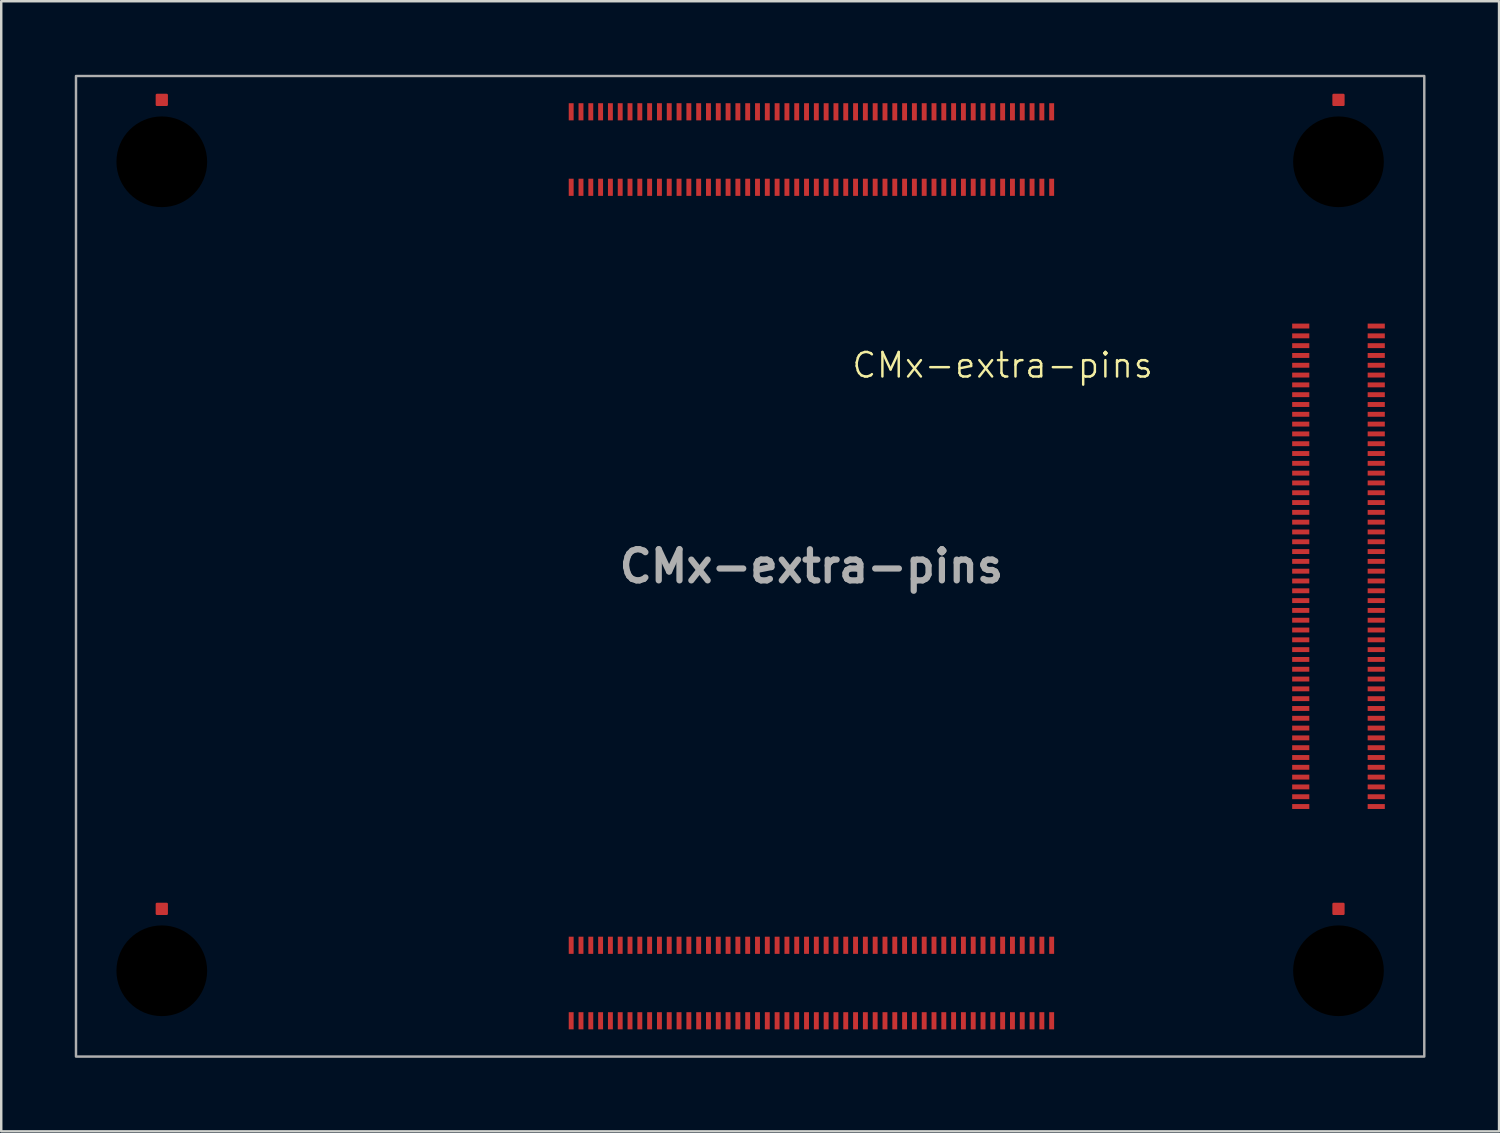
<source format=kicad_pcb>
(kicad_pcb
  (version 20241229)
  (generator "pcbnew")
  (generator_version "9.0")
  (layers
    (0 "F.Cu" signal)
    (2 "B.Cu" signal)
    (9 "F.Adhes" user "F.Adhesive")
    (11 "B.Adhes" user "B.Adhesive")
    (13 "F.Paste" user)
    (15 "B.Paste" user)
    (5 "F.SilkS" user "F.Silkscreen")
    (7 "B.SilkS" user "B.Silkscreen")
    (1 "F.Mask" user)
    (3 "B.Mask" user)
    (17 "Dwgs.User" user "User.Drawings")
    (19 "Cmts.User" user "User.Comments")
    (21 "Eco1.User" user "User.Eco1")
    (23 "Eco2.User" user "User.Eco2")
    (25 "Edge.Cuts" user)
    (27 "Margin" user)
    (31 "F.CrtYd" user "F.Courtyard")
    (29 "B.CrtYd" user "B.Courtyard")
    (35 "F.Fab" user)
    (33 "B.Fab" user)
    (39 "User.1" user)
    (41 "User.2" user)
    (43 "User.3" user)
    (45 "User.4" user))
  (footprint "CMx-extra-pins"
    (layer "F.Cu")
    (at 30.05 20.05)
    (property "Reference" "CMx-extra-pins" (at 7.8 -8.2 0) (unlocked yes) (layer "F.SilkS") (effects (font (size 1 1) (thickness 0.1))))
    (attr smd)
    (fp_rect (start -30 -20) (end 25 20) (stroke (width 0.1) (type solid)) (fill no) (layer "F.Fab"))
    (fp_text user "${REFERENCE}" (at 0 0 0) (layer "F.Fab") (effects (font (size 1.27 1.27) (thickness 0.254))))
    (pad "" np_thru_hole circle (at -26.5 -16.5) (size 3.7 3.7) (drill 3.7) (layers "*.Mask"))
    (pad "" np_thru_hole circle (at -26.5 16.5) (size 3.7 3.7) (drill 3.7) (layers "*.Mask"))
    (pad "" np_thru_hole circle (at 21.5 -16.5) (size 3.7 3.7) (drill 3.7) (layers "*.Mask"))
    (pad "" np_thru_hole circle (at 21.5 16.5) (size 3.7 3.7) (drill 3.7) (layers "*.Mask"))
    (pad "1" smd roundrect (at -26.5 -19.025) (size 0.5 0.5) (layers "F.Cu") (roundrect_rratio 0.1))
    (pad "1" smd roundrect (at -26.5 13.975) (size 0.5 0.5) (layers "F.Cu") (roundrect_rratio 0.1))
    (pad "1" smd rect (at -9.8 -15.46) (size 0.2 0.7) (layers "F.Cu" "F.Mask" "F.Paste"))
    (pad "1" smd rect (at -9.8 18.54) (size 0.2 0.7) (layers "F.Cu" "F.Mask" "F.Paste"))
    (pad "1" smd roundrect (at 21.5 -19.025) (size 0.5 0.5) (layers "F.Cu") (roundrect_rratio 0.1))
    (pad "1" smd roundrect (at 21.5 13.975) (size 0.5 0.5) (layers "F.Cu") (roundrect_rratio 0.1))
    (pad "1" smd rect (at 23.04 9.8 90) (size 0.2 0.7) (layers "F.Cu" "F.Mask" "F.Paste"))
    (pad "2" smd rect (at -9.8 -18.54) (size 0.2 0.7) (layers "F.Cu" "F.Mask" "F.Paste"))
    (pad "2" smd rect (at -9.8 15.46) (size 0.2 0.7) (layers "F.Cu" "F.Mask" "F.Paste"))
    (pad "2" smd rect (at 19.96 9.8 90) (size 0.2 0.7) (layers "F.Cu" "F.Mask" "F.Paste"))
    (pad "3" smd rect (at -9.4 -15.46) (size 0.2 0.7) (layers "F.Cu" "F.Mask" "F.Paste"))
    (pad "3" smd rect (at -9.4 18.54) (size 0.2 0.7) (layers "F.Cu" "F.Mask" "F.Paste"))
    (pad "3" smd rect (at 23.04 9.4 90) (size 0.2 0.7) (layers "F.Cu" "F.Mask" "F.Paste"))
    (pad "4" smd rect (at -9.4 -18.54) (size 0.2 0.7) (layers "F.Cu" "F.Mask" "F.Paste"))
    (pad "4" smd rect (at -9.4 15.46) (size 0.2 0.7) (layers "F.Cu" "F.Mask" "F.Paste"))
    (pad "4" smd rect (at 19.96 9.4 90) (size 0.2 0.7) (layers "F.Cu" "F.Mask" "F.Paste"))
    (pad "5" smd rect (at -9 -15.46) (size 0.2 0.7) (layers "F.Cu" "F.Mask" "F.Paste"))
    (pad "5" smd rect (at -9 18.54) (size 0.2 0.7) (layers "F.Cu" "F.Mask" "F.Paste"))
    (pad "5" smd rect (at 23.04 9 90) (size 0.2 0.7) (layers "F.Cu" "F.Mask" "F.Paste"))
    (pad "6" smd rect (at -9 -18.54) (size 0.2 0.7) (layers "F.Cu" "F.Mask" "F.Paste"))
    (pad "6" smd rect (at -9 15.46) (size 0.2 0.7) (layers "F.Cu" "F.Mask" "F.Paste"))
    (pad "6" smd rect (at 19.96 9 90) (size 0.2 0.7) (layers "F.Cu" "F.Mask" "F.Paste"))
    (pad "7" smd rect (at -8.6 -15.46) (size 0.2 0.7) (layers "F.Cu" "F.Mask" "F.Paste"))
    (pad "7" smd rect (at -8.6 18.54) (size 0.2 0.7) (layers "F.Cu" "F.Mask" "F.Paste"))
    (pad "7" smd rect (at 23.04 8.6 90) (size 0.2 0.7) (layers "F.Cu" "F.Mask" "F.Paste"))
    (pad "8" smd rect (at -8.6 -18.54) (size 0.2 0.7) (layers "F.Cu" "F.Mask" "F.Paste"))
    (pad "8" smd rect (at -8.6 15.46) (size 0.2 0.7) (layers "F.Cu" "F.Mask" "F.Paste"))
    (pad "8" smd rect (at 19.96 8.6 90) (size 0.2 0.7) (layers "F.Cu" "F.Mask" "F.Paste"))
    (pad "9" smd rect (at -8.2 -15.46) (size 0.2 0.7) (layers "F.Cu" "F.Mask" "F.Paste"))
    (pad "9" smd rect (at -8.2 18.54) (size 0.2 0.7) (layers "F.Cu" "F.Mask" "F.Paste"))
    (pad "9" smd rect (at 23.04 8.2 90) (size 0.2 0.7) (layers "F.Cu" "F.Mask" "F.Paste"))
    (pad "10" smd rect (at -8.2 -18.54) (size 0.2 0.7) (layers "F.Cu" "F.Mask" "F.Paste"))
    (pad "10" smd rect (at -8.2 15.46) (size 0.2 0.7) (layers "F.Cu" "F.Mask" "F.Paste"))
    (pad "10" smd rect (at 19.96 8.2 90) (size 0.2 0.7) (layers "F.Cu" "F.Mask" "F.Paste"))
    (pad "11" smd rect (at -7.8 -15.46) (size 0.2 0.7) (layers "F.Cu" "F.Mask" "F.Paste"))
    (pad "11" smd rect (at -7.8 18.54) (size 0.2 0.7) (layers "F.Cu" "F.Mask" "F.Paste"))
    (pad "11" smd rect (at 23.04 7.8 90) (size 0.2 0.7) (layers "F.Cu" "F.Mask" "F.Paste"))
    (pad "12" smd rect (at -7.8 -18.54) (size 0.2 0.7) (layers "F.Cu" "F.Mask" "F.Paste"))
    (pad "12" smd rect (at -7.8 15.46) (size 0.2 0.7) (layers "F.Cu" "F.Mask" "F.Paste"))
    (pad "12" smd rect (at 19.96 7.8 90) (size 0.2 0.7) (layers "F.Cu" "F.Mask" "F.Paste"))
    (pad "13" smd rect (at -7.4 -15.46) (size 0.2 0.7) (layers "F.Cu" "F.Mask" "F.Paste"))
    (pad "13" smd rect (at -7.4 18.54) (size 0.2 0.7) (layers "F.Cu" "F.Mask" "F.Paste"))
    (pad "13" smd rect (at 23.04 7.4 90) (size 0.2 0.7) (layers "F.Cu" "F.Mask" "F.Paste"))
    (pad "14" smd rect (at -7.4 -18.54) (size 0.2 0.7) (layers "F.Cu" "F.Mask" "F.Paste"))
    (pad "14" smd rect (at -7.4 15.46) (size 0.2 0.7) (layers "F.Cu" "F.Mask" "F.Paste"))
    (pad "14" smd rect (at 19.96 7.4 90) (size 0.2 0.7) (layers "F.Cu" "F.Mask" "F.Paste"))
    (pad "15" smd rect (at -7 -15.46) (size 0.2 0.7) (layers "F.Cu" "F.Mask" "F.Paste"))
    (pad "15" smd rect (at -7 18.54) (size 0.2 0.7) (layers "F.Cu" "F.Mask" "F.Paste"))
    (pad "15" smd rect (at 23.04 7 90) (size 0.2 0.7) (layers "F.Cu" "F.Mask" "F.Paste"))
    (pad "16" smd rect (at -7 -18.54) (size 0.2 0.7) (layers "F.Cu" "F.Mask" "F.Paste"))
    (pad "16" smd rect (at -7 15.46) (size 0.2 0.7) (layers "F.Cu" "F.Mask" "F.Paste"))
    (pad "16" smd rect (at 19.96 7 90) (size 0.2 0.7) (layers "F.Cu" "F.Mask" "F.Paste"))
    (pad "17" smd rect (at -6.6 -15.46) (size 0.2 0.7) (layers "F.Cu" "F.Mask" "F.Paste"))
    (pad "17" smd rect (at -6.6 18.54) (size 0.2 0.7) (layers "F.Cu" "F.Mask" "F.Paste"))
    (pad "17" smd rect (at 23.04 6.6 90) (size 0.2 0.7) (layers "F.Cu" "F.Mask" "F.Paste"))
    (pad "18" smd rect (at -6.6 -18.54) (size 0.2 0.7) (layers "F.Cu" "F.Mask" "F.Paste"))
    (pad "18" smd rect (at -6.6 15.46) (size 0.2 0.7) (layers "F.Cu" "F.Mask" "F.Paste"))
    (pad "18" smd rect (at 19.96 6.6 90) (size 0.2 0.7) (layers "F.Cu" "F.Mask" "F.Paste"))
    (pad "19" smd rect (at -6.2 -15.46) (size 0.2 0.7) (layers "F.Cu" "F.Mask" "F.Paste"))
    (pad "19" smd rect (at -6.2 18.54) (size 0.2 0.7) (layers "F.Cu" "F.Mask" "F.Paste"))
    (pad "19" smd rect (at 23.04 6.2 90) (size 0.2 0.7) (layers "F.Cu" "F.Mask" "F.Paste"))
    (pad "20" smd rect (at -6.2 -18.54) (size 0.2 0.7) (layers "F.Cu" "F.Mask" "F.Paste"))
    (pad "20" smd rect (at -6.2 15.46) (size 0.2 0.7) (layers "F.Cu" "F.Mask" "F.Paste"))
    (pad "20" smd rect (at 19.96 6.2 90) (size 0.2 0.7) (layers "F.Cu" "F.Mask" "F.Paste"))
    (pad "21" smd rect (at -5.8 -15.46) (size 0.2 0.7) (layers "F.Cu" "F.Mask" "F.Paste"))
    (pad "21" smd rect (at -5.8 18.54) (size 0.2 0.7) (layers "F.Cu" "F.Mask" "F.Paste"))
    (pad "21" smd rect (at 23.04 5.8 90) (size 0.2 0.7) (layers "F.Cu" "F.Mask" "F.Paste"))
    (pad "22" smd rect (at -5.8 -18.54) (size 0.2 0.7) (layers "F.Cu" "F.Mask" "F.Paste"))
    (pad "22" smd rect (at -5.8 15.46) (size 0.2 0.7) (layers "F.Cu" "F.Mask" "F.Paste"))
    (pad "22" smd rect (at 19.96 5.8 90) (size 0.2 0.7) (layers "F.Cu" "F.Mask" "F.Paste"))
    (pad "23" smd rect (at -5.4 -15.46) (size 0.2 0.7) (layers "F.Cu" "F.Mask" "F.Paste"))
    (pad "23" smd rect (at -5.4 18.54) (size 0.2 0.7) (layers "F.Cu" "F.Mask" "F.Paste"))
    (pad "23" smd rect (at 23.04 5.4 90) (size 0.2 0.7) (layers "F.Cu" "F.Mask" "F.Paste"))
    (pad "24" smd rect (at -5.4 -18.54) (size 0.2 0.7) (layers "F.Cu" "F.Mask" "F.Paste"))
    (pad "24" smd rect (at -5.4 15.46) (size 0.2 0.7) (layers "F.Cu" "F.Mask" "F.Paste"))
    (pad "24" smd rect (at 19.96 5.4 90) (size 0.2 0.7) (layers "F.Cu" "F.Mask" "F.Paste"))
    (pad "25" smd rect (at -5 -15.46) (size 0.2 0.7) (layers "F.Cu" "F.Mask" "F.Paste"))
    (pad "25" smd rect (at -5 18.54) (size 0.2 0.7) (layers "F.Cu" "F.Mask" "F.Paste"))
    (pad "25" smd rect (at 23.04 5 90) (size 0.2 0.7) (layers "F.Cu" "F.Mask" "F.Paste"))
    (pad "26" smd rect (at -5 -18.54) (size 0.2 0.7) (layers "F.Cu" "F.Mask" "F.Paste"))
    (pad "26" smd rect (at -5 15.46) (size 0.2 0.7) (layers "F.Cu" "F.Mask" "F.Paste"))
    (pad "26" smd rect (at 19.96 5 90) (size 0.2 0.7) (layers "F.Cu" "F.Mask" "F.Paste"))
    (pad "27" smd rect (at -4.6 -15.46) (size 0.2 0.7) (layers "F.Cu" "F.Mask" "F.Paste"))
    (pad "27" smd rect (at -4.6 18.54) (size 0.2 0.7) (layers "F.Cu" "F.Mask" "F.Paste"))
    (pad "27" smd rect (at 23.04 4.6 90) (size 0.2 0.7) (layers "F.Cu" "F.Mask" "F.Paste"))
    (pad "28" smd rect (at -4.6 -18.54) (size 0.2 0.7) (layers "F.Cu" "F.Mask" "F.Paste"))
    (pad "28" smd rect (at -4.6 15.46) (size 0.2 0.7) (layers "F.Cu" "F.Mask" "F.Paste"))
    (pad "28" smd rect (at 19.96 4.6 90) (size 0.2 0.7) (layers "F.Cu" "F.Mask" "F.Paste"))
    (pad "29" smd rect (at -4.2 -15.46) (size 0.2 0.7) (layers "F.Cu" "F.Mask" "F.Paste"))
    (pad "29" smd rect (at -4.2 18.54) (size 0.2 0.7) (layers "F.Cu" "F.Mask" "F.Paste"))
    (pad "29" smd rect (at 23.04 4.2 90) (size 0.2 0.7) (layers "F.Cu" "F.Mask" "F.Paste"))
    (pad "30" smd rect (at -4.2 -18.54) (size 0.2 0.7) (layers "F.Cu" "F.Mask" "F.Paste"))
    (pad "30" smd rect (at -4.2 15.46) (size 0.2 0.7) (layers "F.Cu" "F.Mask" "F.Paste"))
    (pad "30" smd rect (at 19.96 4.2 90) (size 0.2 0.7) (layers "F.Cu" "F.Mask" "F.Paste"))
    (pad "31" smd rect (at -3.8 -15.46) (size 0.2 0.7) (layers "F.Cu" "F.Mask" "F.Paste"))
    (pad "31" smd rect (at -3.8 18.54) (size 0.2 0.7) (layers "F.Cu" "F.Mask" "F.Paste"))
    (pad "31" smd rect (at 23.04 3.8 90) (size 0.2 0.7) (layers "F.Cu" "F.Mask" "F.Paste"))
    (pad "32" smd rect (at -3.8 -18.54) (size 0.2 0.7) (layers "F.Cu" "F.Mask" "F.Paste"))
    (pad "32" smd rect (at -3.8 15.46) (size 0.2 0.7) (layers "F.Cu" "F.Mask" "F.Paste"))
    (pad "32" smd rect (at 19.96 3.8 90) (size 0.2 0.7) (layers "F.Cu" "F.Mask" "F.Paste"))
    (pad "33" smd rect (at -3.4 -15.46) (size 0.2 0.7) (layers "F.Cu" "F.Mask" "F.Paste"))
    (pad "33" smd rect (at -3.4 18.54) (size 0.2 0.7) (layers "F.Cu" "F.Mask" "F.Paste"))
    (pad "33" smd rect (at 23.04 3.4 90) (size 0.2 0.7) (layers "F.Cu" "F.Mask" "F.Paste"))
    (pad "34" smd rect (at -3.4 -18.54) (size 0.2 0.7) (layers "F.Cu" "F.Mask" "F.Paste"))
    (pad "34" smd rect (at -3.4 15.46) (size 0.2 0.7) (layers "F.Cu" "F.Mask" "F.Paste"))
    (pad "34" smd rect (at 19.96 3.4 90) (size 0.2 0.7) (layers "F.Cu" "F.Mask" "F.Paste"))
    (pad "35" smd rect (at -3 -15.46) (size 0.2 0.7) (layers "F.Cu" "F.Mask" "F.Paste"))
    (pad "35" smd rect (at -3 18.54) (size 0.2 0.7) (layers "F.Cu" "F.Mask" "F.Paste"))
    (pad "35" smd rect (at 23.04 3 90) (size 0.2 0.7) (layers "F.Cu" "F.Mask" "F.Paste"))
    (pad "36" smd rect (at -3 -18.54) (size 0.2 0.7) (layers "F.Cu" "F.Mask" "F.Paste"))
    (pad "36" smd rect (at -3 15.46) (size 0.2 0.7) (layers "F.Cu" "F.Mask" "F.Paste"))
    (pad "36" smd rect (at 19.96 3 90) (size 0.2 0.7) (layers "F.Cu" "F.Mask" "F.Paste"))
    (pad "37" smd rect (at -2.6 -15.46) (size 0.2 0.7) (layers "F.Cu" "F.Mask" "F.Paste"))
    (pad "37" smd rect (at -2.6 18.54) (size 0.2 0.7) (layers "F.Cu" "F.Mask" "F.Paste"))
    (pad "37" smd rect (at 23.04 2.6 90) (size 0.2 0.7) (layers "F.Cu" "F.Mask" "F.Paste"))
    (pad "38" smd rect (at -2.6 -18.54) (size 0.2 0.7) (layers "F.Cu" "F.Mask" "F.Paste"))
    (pad "38" smd rect (at -2.6 15.46) (size 0.2 0.7) (layers "F.Cu" "F.Mask" "F.Paste"))
    (pad "38" smd rect (at 19.96 2.6 90) (size 0.2 0.7) (layers "F.Cu" "F.Mask" "F.Paste"))
    (pad "39" smd rect (at -2.2 -15.46) (size 0.2 0.7) (layers "F.Cu" "F.Mask" "F.Paste"))
    (pad "39" smd rect (at -2.2 18.54) (size 0.2 0.7) (layers "F.Cu" "F.Mask" "F.Paste"))
    (pad "39" smd rect (at 23.04 2.2 90) (size 0.2 0.7) (layers "F.Cu" "F.Mask" "F.Paste"))
    (pad "40" smd rect (at -2.2 -18.54) (size 0.2 0.7) (layers "F.Cu" "F.Mask" "F.Paste"))
    (pad "40" smd rect (at -2.2 15.46) (size 0.2 0.7) (layers "F.Cu" "F.Mask" "F.Paste"))
    (pad "40" smd rect (at 19.96 2.2 90) (size 0.2 0.7) (layers "F.Cu" "F.Mask" "F.Paste"))
    (pad "41" smd rect (at -1.8 -15.46) (size 0.2 0.7) (layers "F.Cu" "F.Mask" "F.Paste"))
    (pad "41" smd rect (at -1.8 18.54) (size 0.2 0.7) (layers "F.Cu" "F.Mask" "F.Paste"))
    (pad "41" smd rect (at 23.04 1.8 90) (size 0.2 0.7) (layers "F.Cu" "F.Mask" "F.Paste"))
    (pad "42" smd rect (at -1.8 -18.54) (size 0.2 0.7) (layers "F.Cu" "F.Mask" "F.Paste"))
    (pad "42" smd rect (at -1.8 15.46) (size 0.2 0.7) (layers "F.Cu" "F.Mask" "F.Paste"))
    (pad "42" smd rect (at 19.96 1.8 90) (size 0.2 0.7) (layers "F.Cu" "F.Mask" "F.Paste"))
    (pad "43" smd rect (at -1.4 -15.46) (size 0.2 0.7) (layers "F.Cu" "F.Mask" "F.Paste"))
    (pad "43" smd rect (at -1.4 18.54) (size 0.2 0.7) (layers "F.Cu" "F.Mask" "F.Paste"))
    (pad "43" smd rect (at 23.04 1.4 90) (size 0.2 0.7) (layers "F.Cu" "F.Mask" "F.Paste"))
    (pad "44" smd rect (at -1.4 -18.54) (size 0.2 0.7) (layers "F.Cu" "F.Mask" "F.Paste"))
    (pad "44" smd rect (at -1.4 15.46) (size 0.2 0.7) (layers "F.Cu" "F.Mask" "F.Paste"))
    (pad "44" smd rect (at 19.96 1.4 90) (size 0.2 0.7) (layers "F.Cu" "F.Mask" "F.Paste"))
    (pad "45" smd rect (at -1 -15.46) (size 0.2 0.7) (layers "F.Cu" "F.Mask" "F.Paste"))
    (pad "45" smd rect (at -1 18.54) (size 0.2 0.7) (layers "F.Cu" "F.Mask" "F.Paste"))
    (pad "45" smd rect (at 23.04 1 90) (size 0.2 0.7) (layers "F.Cu" "F.Mask" "F.Paste"))
    (pad "46" smd rect (at -1 -18.54) (size 0.2 0.7) (layers "F.Cu" "F.Mask" "F.Paste"))
    (pad "46" smd rect (at -1 15.46) (size 0.2 0.7) (layers "F.Cu" "F.Mask" "F.Paste"))
    (pad "46" smd rect (at 19.96 1 90) (size 0.2 0.7) (layers "F.Cu" "F.Mask" "F.Paste"))
    (pad "47" smd rect (at -0.6 -15.46) (size 0.2 0.7) (layers "F.Cu" "F.Mask" "F.Paste"))
    (pad "47" smd rect (at -0.6 18.54) (size 0.2 0.7) (layers "F.Cu" "F.Mask" "F.Paste"))
    (pad "47" smd rect (at 23.04 0.6 90) (size 0.2 0.7) (layers "F.Cu" "F.Mask" "F.Paste"))
    (pad "48" smd rect (at -0.6 -18.54) (size 0.2 0.7) (layers "F.Cu" "F.Mask" "F.Paste"))
    (pad "48" smd rect (at -0.6 15.46) (size 0.2 0.7) (layers "F.Cu" "F.Mask" "F.Paste"))
    (pad "48" smd rect (at 19.96 0.6 90) (size 0.2 0.7) (layers "F.Cu" "F.Mask" "F.Paste"))
    (pad "49" smd rect (at -0.2 -15.46) (size 0.2 0.7) (layers "F.Cu" "F.Mask" "F.Paste"))
    (pad "49" smd rect (at -0.2 18.54) (size 0.2 0.7) (layers "F.Cu" "F.Mask" "F.Paste"))
    (pad "49" smd rect (at 23.04 0.2 90) (size 0.2 0.7) (layers "F.Cu" "F.Mask" "F.Paste"))
    (pad "50" smd rect (at -0.2 -18.54) (size 0.2 0.7) (layers "F.Cu" "F.Mask" "F.Paste"))
    (pad "50" smd rect (at -0.2 15.46) (size 0.2 0.7) (layers "F.Cu" "F.Mask" "F.Paste"))
    (pad "50" smd rect (at 19.96 0.2 90) (size 0.2 0.7) (layers "F.Cu" "F.Mask" "F.Paste"))
    (pad "51" smd rect (at 0.2 -15.46) (size 0.2 0.7) (layers "F.Cu" "F.Mask" "F.Paste"))
    (pad "51" smd rect (at 0.2 18.54) (size 0.2 0.7) (layers "F.Cu" "F.Mask" "F.Paste"))
    (pad "51" smd rect (at 23.04 -0.2 90) (size 0.2 0.7) (layers "F.Cu" "F.Mask" "F.Paste"))
    (pad "52" smd rect (at 0.2 -18.54) (size 0.2 0.7) (layers "F.Cu" "F.Mask" "F.Paste"))
    (pad "52" smd rect (at 0.2 15.46) (size 0.2 0.7) (layers "F.Cu" "F.Mask" "F.Paste"))
    (pad "52" smd rect (at 19.96 -0.2 90) (size 0.2 0.7) (layers "F.Cu" "F.Mask" "F.Paste"))
    (pad "53" smd rect (at 0.6 -15.46) (size 0.2 0.7) (layers "F.Cu" "F.Mask" "F.Paste"))
    (pad "53" smd rect (at 0.6 18.54) (size 0.2 0.7) (layers "F.Cu" "F.Mask" "F.Paste"))
    (pad "53" smd rect (at 23.04 -0.6 90) (size 0.2 0.7) (layers "F.Cu" "F.Mask" "F.Paste"))
    (pad "54" smd rect (at 0.6 -18.54) (size 0.2 0.7) (layers "F.Cu" "F.Mask" "F.Paste"))
    (pad "54" smd rect (at 0.6 15.46) (size 0.2 0.7) (layers "F.Cu" "F.Mask" "F.Paste"))
    (pad "54" smd rect (at 19.96 -0.6 90) (size 0.2 0.7) (layers "F.Cu" "F.Mask" "F.Paste"))
    (pad "55" smd rect (at 1 -15.46) (size 0.2 0.7) (layers "F.Cu" "F.Mask" "F.Paste"))
    (pad "55" smd rect (at 1 18.54) (size 0.2 0.7) (layers "F.Cu" "F.Mask" "F.Paste"))
    (pad "55" smd rect (at 23.04 -1 90) (size 0.2 0.7) (layers "F.Cu" "F.Mask" "F.Paste"))
    (pad "56" smd rect (at 1 -18.54) (size 0.2 0.7) (layers "F.Cu" "F.Mask" "F.Paste"))
    (pad "56" smd rect (at 1 15.46) (size 0.2 0.7) (layers "F.Cu" "F.Mask" "F.Paste"))
    (pad "56" smd rect (at 19.96 -1 90) (size 0.2 0.7) (layers "F.Cu" "F.Mask" "F.Paste"))
    (pad "57" smd rect (at 1.4 -15.46) (size 0.2 0.7) (layers "F.Cu" "F.Mask" "F.Paste"))
    (pad "57" smd rect (at 1.4 18.54) (size 0.2 0.7) (layers "F.Cu" "F.Mask" "F.Paste"))
    (pad "57" smd rect (at 23.04 -1.4 90) (size 0.2 0.7) (layers "F.Cu" "F.Mask" "F.Paste"))
    (pad "58" smd rect (at 1.4 -18.54) (size 0.2 0.7) (layers "F.Cu" "F.Mask" "F.Paste"))
    (pad "58" smd rect (at 1.4 15.46) (size 0.2 0.7) (layers "F.Cu" "F.Mask" "F.Paste"))
    (pad "58" smd rect (at 19.96 -1.4 90) (size 0.2 0.7) (layers "F.Cu" "F.Mask" "F.Paste"))
    (pad "59" smd rect (at 1.8 -15.46) (size 0.2 0.7) (layers "F.Cu" "F.Mask" "F.Paste"))
    (pad "59" smd rect (at 1.8 18.54) (size 0.2 0.7) (layers "F.Cu" "F.Mask" "F.Paste"))
    (pad "59" smd rect (at 23.04 -1.8 90) (size 0.2 0.7) (layers "F.Cu" "F.Mask" "F.Paste"))
    (pad "60" smd rect (at 1.8 -18.54) (size 0.2 0.7) (layers "F.Cu" "F.Mask" "F.Paste"))
    (pad "60" smd rect (at 1.8 15.46) (size 0.2 0.7) (layers "F.Cu" "F.Mask" "F.Paste"))
    (pad "60" smd rect (at 19.96 -1.8 90) (size 0.2 0.7) (layers "F.Cu" "F.Mask" "F.Paste"))
    (pad "61" smd rect (at 2.2 -15.46) (size 0.2 0.7) (layers "F.Cu" "F.Mask" "F.Paste"))
    (pad "61" smd rect (at 2.2 18.54) (size 0.2 0.7) (layers "F.Cu" "F.Mask" "F.Paste"))
    (pad "61" smd rect (at 23.04 -2.2 90) (size 0.2 0.7) (layers "F.Cu" "F.Mask" "F.Paste"))
    (pad "62" smd rect (at 2.2 -18.54) (size 0.2 0.7) (layers "F.Cu" "F.Mask" "F.Paste"))
    (pad "62" smd rect (at 2.2 15.46) (size 0.2 0.7) (layers "F.Cu" "F.Mask" "F.Paste"))
    (pad "62" smd rect (at 19.96 -2.2 90) (size 0.2 0.7) (layers "F.Cu" "F.Mask" "F.Paste"))
    (pad "63" smd rect (at 2.6 -15.46) (size 0.2 0.7) (layers "F.Cu" "F.Mask" "F.Paste"))
    (pad "63" smd rect (at 2.6 18.54) (size 0.2 0.7) (layers "F.Cu" "F.Mask" "F.Paste"))
    (pad "63" smd rect (at 23.04 -2.6 90) (size 0.2 0.7) (layers "F.Cu" "F.Mask" "F.Paste"))
    (pad "64" smd rect (at 2.6 -18.54) (size 0.2 0.7) (layers "F.Cu" "F.Mask" "F.Paste"))
    (pad "64" smd rect (at 2.6 15.46) (size 0.2 0.7) (layers "F.Cu" "F.Mask" "F.Paste"))
    (pad "64" smd rect (at 19.96 -2.6 90) (size 0.2 0.7) (layers "F.Cu" "F.Mask" "F.Paste"))
    (pad "65" smd rect (at 3 -15.46) (size 0.2 0.7) (layers "F.Cu" "F.Mask" "F.Paste"))
    (pad "65" smd rect (at 3 18.54) (size 0.2 0.7) (layers "F.Cu" "F.Mask" "F.Paste"))
    (pad "65" smd rect (at 23.04 -3 90) (size 0.2 0.7) (layers "F.Cu" "F.Mask" "F.Paste"))
    (pad "66" smd rect (at 3 -18.54) (size 0.2 0.7) (layers "F.Cu" "F.Mask" "F.Paste"))
    (pad "66" smd rect (at 3 15.46) (size 0.2 0.7) (layers "F.Cu" "F.Mask" "F.Paste"))
    (pad "66" smd rect (at 19.96 -3 90) (size 0.2 0.7) (layers "F.Cu" "F.Mask" "F.Paste"))
    (pad "67" smd rect (at 3.4 -15.46) (size 0.2 0.7) (layers "F.Cu" "F.Mask" "F.Paste"))
    (pad "67" smd rect (at 3.4 18.54) (size 0.2 0.7) (layers "F.Cu" "F.Mask" "F.Paste"))
    (pad "67" smd rect (at 23.04 -3.4 90) (size 0.2 0.7) (layers "F.Cu" "F.Mask" "F.Paste"))
    (pad "68" smd rect (at 3.4 -18.54) (size 0.2 0.7) (layers "F.Cu" "F.Mask" "F.Paste"))
    (pad "68" smd rect (at 3.4 15.46) (size 0.2 0.7) (layers "F.Cu" "F.Mask" "F.Paste"))
    (pad "68" smd rect (at 19.96 -3.4 90) (size 0.2 0.7) (layers "F.Cu" "F.Mask" "F.Paste"))
    (pad "69" smd rect (at 3.8 -15.46) (size 0.2 0.7) (layers "F.Cu" "F.Mask" "F.Paste"))
    (pad "69" smd rect (at 3.8 18.54) (size 0.2 0.7) (layers "F.Cu" "F.Mask" "F.Paste"))
    (pad "69" smd rect (at 23.04 -3.8 90) (size 0.2 0.7) (layers "F.Cu" "F.Mask" "F.Paste"))
    (pad "70" smd rect (at 3.8 -18.54) (size 0.2 0.7) (layers "F.Cu" "F.Mask" "F.Paste"))
    (pad "70" smd rect (at 3.8 15.46) (size 0.2 0.7) (layers "F.Cu" "F.Mask" "F.Paste"))
    (pad "70" smd rect (at 19.96 -3.8 90) (size 0.2 0.7) (layers "F.Cu" "F.Mask" "F.Paste"))
    (pad "71" smd rect (at 4.2 -15.46) (size 0.2 0.7) (layers "F.Cu" "F.Mask" "F.Paste"))
    (pad "71" smd rect (at 4.2 18.54) (size 0.2 0.7) (layers "F.Cu" "F.Mask" "F.Paste"))
    (pad "71" smd rect (at 23.04 -4.2 90) (size 0.2 0.7) (layers "F.Cu" "F.Mask" "F.Paste"))
    (pad "72" smd rect (at 4.2 -18.54) (size 0.2 0.7) (layers "F.Cu" "F.Mask" "F.Paste"))
    (pad "72" smd rect (at 4.2 15.46) (size 0.2 0.7) (layers "F.Cu" "F.Mask" "F.Paste"))
    (pad "72" smd rect (at 19.96 -4.2 90) (size 0.2 0.7) (layers "F.Cu" "F.Mask" "F.Paste"))
    (pad "73" smd rect (at 4.6 -15.46) (size 0.2 0.7) (layers "F.Cu" "F.Mask" "F.Paste"))
    (pad "73" smd rect (at 4.6 18.54) (size 0.2 0.7) (layers "F.Cu" "F.Mask" "F.Paste"))
    (pad "73" smd rect (at 23.04 -4.6 90) (size 0.2 0.7) (layers "F.Cu" "F.Mask" "F.Paste"))
    (pad "74" smd rect (at 4.6 -18.54) (size 0.2 0.7) (layers "F.Cu" "F.Mask" "F.Paste"))
    (pad "74" smd rect (at 4.6 15.46) (size 0.2 0.7) (layers "F.Cu" "F.Mask" "F.Paste"))
    (pad "74" smd rect (at 19.96 -4.6 90) (size 0.2 0.7) (layers "F.Cu" "F.Mask" "F.Paste"))
    (pad "75" smd rect (at 5 -15.46) (size 0.2 0.7) (layers "F.Cu" "F.Mask" "F.Paste"))
    (pad "75" smd rect (at 5 18.54) (size 0.2 0.7) (layers "F.Cu" "F.Mask" "F.Paste"))
    (pad "75" smd rect (at 23.04 -5 90) (size 0.2 0.7) (layers "F.Cu" "F.Mask" "F.Paste"))
    (pad "76" smd rect (at 5 -18.54) (size 0.2 0.7) (layers "F.Cu" "F.Mask" "F.Paste"))
    (pad "76" smd rect (at 5 15.46) (size 0.2 0.7) (layers "F.Cu" "F.Mask" "F.Paste"))
    (pad "76" smd rect (at 19.96 -5 90) (size 0.2 0.7) (layers "F.Cu" "F.Mask" "F.Paste"))
    (pad "77" smd rect (at 5.4 -15.46) (size 0.2 0.7) (layers "F.Cu" "F.Mask" "F.Paste"))
    (pad "77" smd rect (at 5.4 18.54) (size 0.2 0.7) (layers "F.Cu" "F.Mask" "F.Paste"))
    (pad "77" smd rect (at 23.04 -5.4 90) (size 0.2 0.7) (layers "F.Cu" "F.Mask" "F.Paste"))
    (pad "78" smd rect (at 5.4 -18.54) (size 0.2 0.7) (layers "F.Cu" "F.Mask" "F.Paste"))
    (pad "78" smd rect (at 5.4 15.46) (size 0.2 0.7) (layers "F.Cu" "F.Mask" "F.Paste"))
    (pad "78" smd rect (at 19.96 -5.4 90) (size 0.2 0.7) (layers "F.Cu" "F.Mask" "F.Paste"))
    (pad "79" smd rect (at 5.8 -15.46) (size 0.2 0.7) (layers "F.Cu" "F.Mask" "F.Paste"))
    (pad "79" smd rect (at 5.8 18.54) (size 0.2 0.7) (layers "F.Cu" "F.Mask" "F.Paste"))
    (pad "79" smd rect (at 23.04 -5.8 90) (size 0.2 0.7) (layers "F.Cu" "F.Mask" "F.Paste"))
    (pad "80" smd rect (at 5.8 -18.54) (size 0.2 0.7) (layers "F.Cu" "F.Mask" "F.Paste"))
    (pad "80" smd rect (at 5.8 15.46) (size 0.2 0.7) (layers "F.Cu" "F.Mask" "F.Paste"))
    (pad "80" smd rect (at 19.96 -5.8 90) (size 0.2 0.7) (layers "F.Cu" "F.Mask" "F.Paste"))
    (pad "81" smd rect (at 6.2 -15.46) (size 0.2 0.7) (layers "F.Cu" "F.Mask" "F.Paste"))
    (pad "81" smd rect (at 6.2 18.54) (size 0.2 0.7) (layers "F.Cu" "F.Mask" "F.Paste"))
    (pad "81" smd rect (at 23.04 -6.2 90) (size 0.2 0.7) (layers "F.Cu" "F.Mask" "F.Paste"))
    (pad "82" smd rect (at 6.2 -18.54) (size 0.2 0.7) (layers "F.Cu" "F.Mask" "F.Paste"))
    (pad "82" smd rect (at 6.2 15.46) (size 0.2 0.7) (layers "F.Cu" "F.Mask" "F.Paste"))
    (pad "82" smd rect (at 19.96 -6.2 90) (size 0.2 0.7) (layers "F.Cu" "F.Mask" "F.Paste"))
    (pad "83" smd rect (at 6.6 -15.46) (size 0.2 0.7) (layers "F.Cu" "F.Mask" "F.Paste"))
    (pad "83" smd rect (at 6.6 18.54) (size 0.2 0.7) (layers "F.Cu" "F.Mask" "F.Paste"))
    (pad "83" smd rect (at 23.04 -6.6 90) (size 0.2 0.7) (layers "F.Cu" "F.Mask" "F.Paste"))
    (pad "84" smd rect (at 6.6 -18.54) (size 0.2 0.7) (layers "F.Cu" "F.Mask" "F.Paste"))
    (pad "84" smd rect (at 6.6 15.46) (size 0.2 0.7) (layers "F.Cu" "F.Mask" "F.Paste"))
    (pad "84" smd rect (at 19.96 -6.6 90) (size 0.2 0.7) (layers "F.Cu" "F.Mask" "F.Paste"))
    (pad "85" smd rect (at 7 -15.46) (size 0.2 0.7) (layers "F.Cu" "F.Mask" "F.Paste"))
    (pad "85" smd rect (at 7 18.54) (size 0.2 0.7) (layers "F.Cu" "F.Mask" "F.Paste"))
    (pad "85" smd rect (at 23.04 -7 90) (size 0.2 0.7) (layers "F.Cu" "F.Mask" "F.Paste"))
    (pad "86" smd rect (at 7 -18.54) (size 0.2 0.7) (layers "F.Cu" "F.Mask" "F.Paste"))
    (pad "86" smd rect (at 7 15.46) (size 0.2 0.7) (layers "F.Cu" "F.Mask" "F.Paste"))
    (pad "86" smd rect (at 19.96 -7 90) (size 0.2 0.7) (layers "F.Cu" "F.Mask" "F.Paste"))
    (pad "87" smd rect (at 7.4 -15.46) (size 0.2 0.7) (layers "F.Cu" "F.Mask" "F.Paste"))
    (pad "87" smd rect (at 7.4 18.54) (size 0.2 0.7) (layers "F.Cu" "F.Mask" "F.Paste"))
    (pad "87" smd rect (at 23.04 -7.4 90) (size 0.2 0.7) (layers "F.Cu" "F.Mask" "F.Paste"))
    (pad "88" smd rect (at 7.4 -18.54) (size 0.2 0.7) (layers "F.Cu" "F.Mask" "F.Paste"))
    (pad "88" smd rect (at 7.4 15.46) (size 0.2 0.7) (layers "F.Cu" "F.Mask" "F.Paste"))
    (pad "88" smd rect (at 19.96 -7.4 90) (size 0.2 0.7) (layers "F.Cu" "F.Mask" "F.Paste"))
    (pad "89" smd rect (at 7.8 -15.46) (size 0.2 0.7) (layers "F.Cu" "F.Mask" "F.Paste"))
    (pad "89" smd rect (at 7.8 18.54) (size 0.2 0.7) (layers "F.Cu" "F.Mask" "F.Paste"))
    (pad "89" smd rect (at 23.04 -7.8 90) (size 0.2 0.7) (layers "F.Cu" "F.Mask" "F.Paste"))
    (pad "90" smd rect (at 7.8 -18.54) (size 0.2 0.7) (layers "F.Cu" "F.Mask" "F.Paste"))
    (pad "90" smd rect (at 7.8 15.46) (size 0.2 0.7) (layers "F.Cu" "F.Mask" "F.Paste"))
    (pad "90" smd rect (at 19.96 -7.8 90) (size 0.2 0.7) (layers "F.Cu" "F.Mask" "F.Paste"))
    (pad "91" smd rect (at 8.2 -15.46) (size 0.2 0.7) (layers "F.Cu" "F.Mask" "F.Paste"))
    (pad "91" smd rect (at 8.2 18.54) (size 0.2 0.7) (layers "F.Cu" "F.Mask" "F.Paste"))
    (pad "91" smd rect (at 23.04 -8.2 90) (size 0.2 0.7) (layers "F.Cu" "F.Mask" "F.Paste"))
    (pad "92" smd rect (at 8.2 -18.54) (size 0.2 0.7) (layers "F.Cu" "F.Mask" "F.Paste"))
    (pad "92" smd rect (at 8.2 15.46) (size 0.2 0.7) (layers "F.Cu" "F.Mask" "F.Paste"))
    (pad "92" smd rect (at 19.96 -8.2 90) (size 0.2 0.7) (layers "F.Cu" "F.Mask" "F.Paste"))
    (pad "93" smd rect (at 8.6 -15.46) (size 0.2 0.7) (layers "F.Cu" "F.Mask" "F.Paste"))
    (pad "93" smd rect (at 8.6 18.54) (size 0.2 0.7) (layers "F.Cu" "F.Mask" "F.Paste"))
    (pad "93" smd rect (at 23.04 -8.6 90) (size 0.2 0.7) (layers "F.Cu" "F.Mask" "F.Paste"))
    (pad "94" smd rect (at 8.6 -18.54) (size 0.2 0.7) (layers "F.Cu" "F.Mask" "F.Paste"))
    (pad "94" smd rect (at 8.6 15.46) (size 0.2 0.7) (layers "F.Cu" "F.Mask" "F.Paste"))
    (pad "94" smd rect (at 19.96 -8.6 90) (size 0.2 0.7) (layers "F.Cu" "F.Mask" "F.Paste"))
    (pad "95" smd rect (at 9 -15.46) (size 0.2 0.7) (layers "F.Cu" "F.Mask" "F.Paste"))
    (pad "95" smd rect (at 9 18.54) (size 0.2 0.7) (layers "F.Cu" "F.Mask" "F.Paste"))
    (pad "95" smd rect (at 23.04 -9 90) (size 0.2 0.7) (layers "F.Cu" "F.Mask" "F.Paste"))
    (pad "96" smd rect (at 9 -18.54) (size 0.2 0.7) (layers "F.Cu" "F.Mask" "F.Paste"))
    (pad "96" smd rect (at 9 15.46) (size 0.2 0.7) (layers "F.Cu" "F.Mask" "F.Paste"))
    (pad "96" smd rect (at 19.96 -9 90) (size 0.2 0.7) (layers "F.Cu" "F.Mask" "F.Paste"))
    (pad "97" smd rect (at 9.4 -15.46) (size 0.2 0.7) (layers "F.Cu" "F.Mask" "F.Paste"))
    (pad "97" smd rect (at 9.4 18.54) (size 0.2 0.7) (layers "F.Cu" "F.Mask" "F.Paste"))
    (pad "97" smd rect (at 23.04 -9.4 90) (size 0.2 0.7) (layers "F.Cu" "F.Mask" "F.Paste"))
    (pad "98" smd rect (at 9.4 -18.54) (size 0.2 0.7) (layers "F.Cu" "F.Mask" "F.Paste"))
    (pad "98" smd rect (at 9.4 15.46) (size 0.2 0.7) (layers "F.Cu" "F.Mask" "F.Paste"))
    (pad "98" smd rect (at 19.96 -9.4 90) (size 0.2 0.7) (layers "F.Cu" "F.Mask" "F.Paste"))
    (pad "99" smd rect (at 9.8 -15.46) (size 0.2 0.7) (layers "F.Cu" "F.Mask" "F.Paste"))
    (pad "99" smd rect (at 9.8 18.54) (size 0.2 0.7) (layers "F.Cu" "F.Mask" "F.Paste"))
    (pad "99" smd rect (at 23.04 -9.8 90) (size 0.2 0.7) (layers "F.Cu" "F.Mask" "F.Paste"))
    (pad "100" smd rect (at 9.8 -18.54) (size 0.2 0.7) (layers "F.Cu" "F.Mask" "F.Paste"))
    (pad "100" smd rect (at 9.8 15.46) (size 0.2 0.7) (layers "F.Cu" "F.Mask" "F.Paste"))
    (pad "100" smd rect (at 19.96 -9.8 90) (size 0.2 0.7) (layers "F.Cu" "F.Mask" "F.Paste")))
  (gr_rect
    (start -3 -3)
    (end 58.1 43.1)
    (stroke (width 0.1) (type default))
    (fill no)
    (layer "Edge.Cuts")))
</source>
